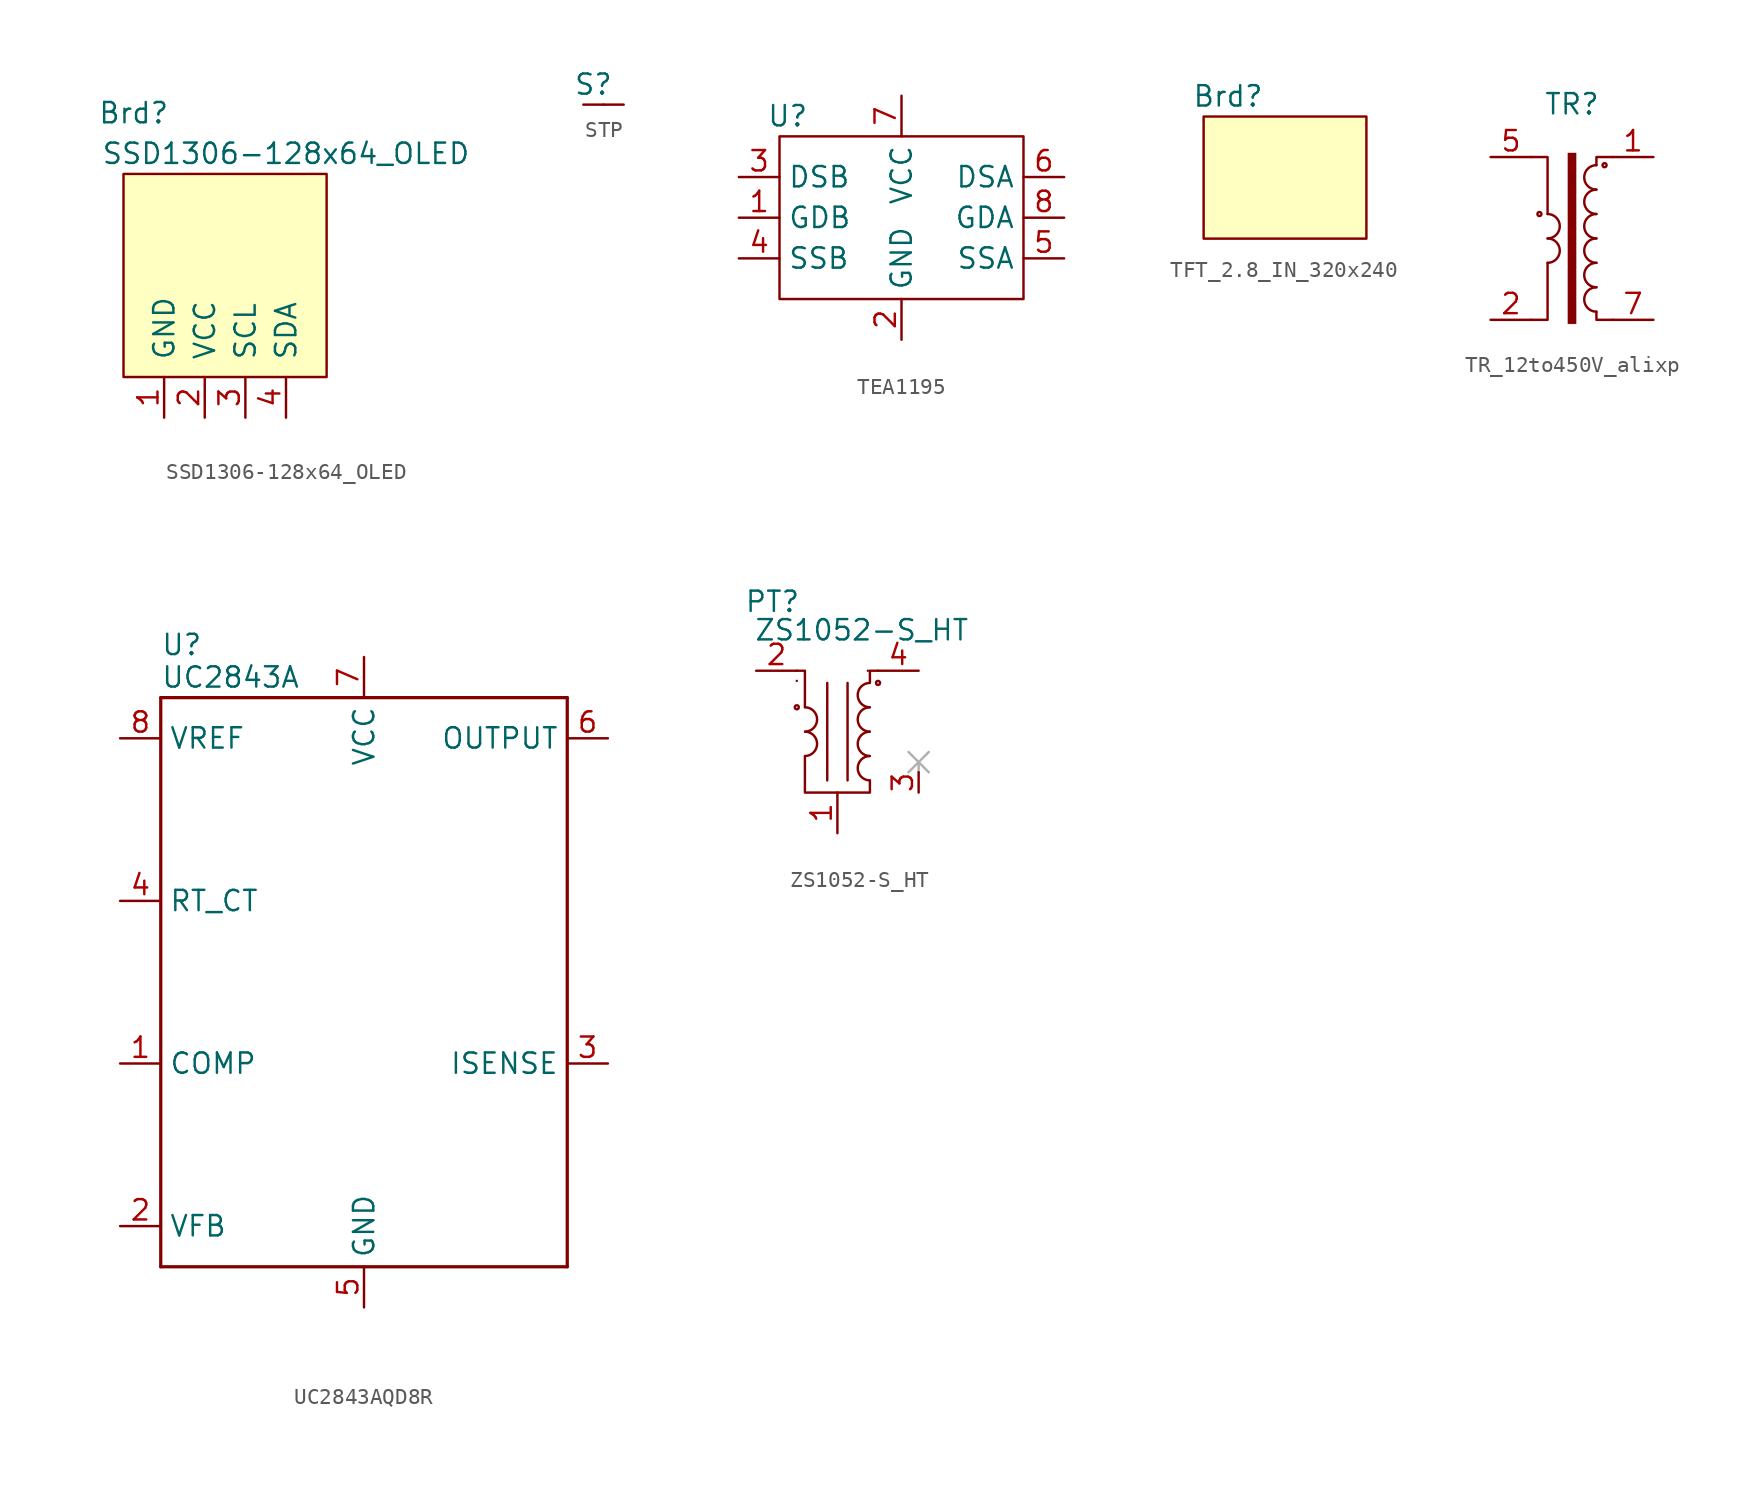
<source format=kicad_sym>
(kicad_symbol_lib
  (version 20241209)
  (generator "kicad_symbol_editor")
  (generator_version "9.0")
  (symbol "SSD1306-128x64_OLED"
    (pin_names
      (offset 1.016))
    (property "Reference" "Brd"
      (at -5.715 10.16 0)
      (effects (font (size 1.27 1.27))))
    (property "Value" "SSD1306-128x64_OLED"
      (at 3.81 7.62 0)
      (effects (font (size 1.27 1.27))))
    (symbol "SSD1306-128x64_OLED_0_1"
      (rectangle (start 6.35 -6.35) (end -6.35 6.35) (stroke (width 0) (type solid)) (fill (type background))))
    (symbol "SSD1306-128x64_OLED_1_1"
      (pin input line (at -3.81 -8.89 90) (length 2.54) (name "GND" (effects (font (size 1.27 1.27)))) (number "1" (effects (font (size 1.27 1.27)))))
      (pin input line (at -1.27 -8.89 90) (length 2.54) (name "VCC" (effects (font (size 1.27 1.27)))) (number "2" (effects (font (size 1.27 1.27)))))
      (pin input line (at 1.27 -8.89 90) (length 2.54) (name "SCL" (effects (font (size 1.27 1.27)))) (number "3" (effects (font (size 1.27 1.27)))))
      (pin input line (at 3.81 -8.89 90) (length 2.54) (name "SDA" (effects (font (size 1.27 1.27)))) (number "4" (effects (font (size 1.27 1.27)))))))
  (symbol "STP"
    (pin_numbers
      (hide yes))
    (pin_names
      (offset 0)
      (hide yes))
    (property "Reference" "S"
      (at -0.635 1.27 0)
      (effects (font (size 1.27 1.27))))
    (symbol "STP_1_1"
      (pin passive line (at -1.27 0 0) (length 1.27) (name "1" (effects (font (size 1.27 1.27)))) (number "1" (effects (font (size 1.27 1.27)))))
      (pin passive line (at 1.27 0 180) (length 1.27) (name "2" (effects (font (size 1.27 1.27)))) (number "2" (effects (font (size 1.27 1.27)))))))
  (symbol "TEA1195"
    (property "Reference" "U"
      (at -7.112 6.35 0)
      (effects (font (size 1.27 1.27))))
    (property "Value" ""
      (at -7.62 0 0)
      (effects (font (size 1.27 1.27))))
    (symbol "TEA1195_0_1"
      (rectangle (start -7.62 5.08) (end 7.62 -5.08) (stroke (width 0) (type default)) (fill (type none))))
    (symbol "TEA1195_1_1"
      (pin input line (at -10.16 2.54 0) (length 2.54) (name "DSB" (effects (font (size 1.27 1.27)))) (number "3" (effects (font (size 1.27 1.27)))))
      (pin input line (at -10.16 0 0) (length 2.54) (name "GDB" (effects (font (size 1.27 1.27)))) (number "1" (effects (font (size 1.27 1.27)))))
      (pin input line (at -10.16 -2.54 0) (length 2.54) (name "SSB" (effects (font (size 1.27 1.27)))) (number "4" (effects (font (size 1.27 1.27)))))
      (pin input line (at 0 7.62 270) (length 2.54) (name "VCC" (effects (font (size 1.27 1.27)))) (number "7" (effects (font (size 1.27 1.27)))))
      (pin input line (at 0 -7.62 90) (length 2.54) (name "GND" (effects (font (size 1.27 1.27)))) (number "2" (effects (font (size 1.27 1.27)))))
      (pin input line (at 10.16 2.54 180) (length 2.54) (name "DSA" (effects (font (size 1.27 1.27)))) (number "6" (effects (font (size 1.27 1.27)))))
      (pin input line (at 10.16 0 180) (length 2.54) (name "GDA" (effects (font (size 1.27 1.27)))) (number "8" (effects (font (size 1.27 1.27)))))
      (pin input line (at 10.16 -2.54 180) (length 2.54) (name "SSA" (effects (font (size 1.27 1.27)))) (number "5" (effects (font (size 1.27 1.27)))))))
  (symbol "TFT_2.8_IN_320x240"
    (property "Reference" "Brd"
      (at -3.556 5.08 0)
      (effects (font (size 1.27 1.27))))
    (property "Value" ""
      (at 0 0 0)
      (effects (font (size 1.27 1.27))))
    (symbol "TFT_2.8_IN_320x240_0_1"
      (rectangle (start -5.08 3.81) (end 5.08 -3.81) (stroke (width 0) (type solid)) (fill (type background)))))
  (symbol "TR_12to450V_alixp"
    (property "Reference" "TR"
      (at 0 8.382 0)
      (effects (font (size 1.27 1.27))))
    (property "Value" ""
      (at 0 0 0)
      (effects (font (size 1.27 1.27))))
    (symbol "TR_12to450V_alixp_0_1"
      (polyline (pts (xy -2.54 -5.08) (xy -1.524 -5.08) (xy -1.524 -1.524)) (stroke (width 0.152) (type default)) (fill (type none)))
      (circle (center -2.032 1.524) (radius 0.127) (stroke (width 0) (type default)) (fill (type none)))
      (polyline (pts (xy -1.524 1.524) (xy -1.524 5.08) (xy -2.54 5.08)) (stroke (width 0.152) (type default)) (fill (type none)))
      (rectangle (start 0.254 5.334) (end -0.254 -5.334) (stroke (width 0.025) (type default)) (fill (type outline)))
      (polyline (pts (xy 1.524 4.572) (xy 1.524 5.08) (xy 2.54 5.08)) (stroke (width 0) (type default)) (fill (type none)))
      (polyline (pts (xy 1.524 -4.572) (xy 1.524 -5.08) (xy 2.54 -5.08)) (stroke (width 0) (type default)) (fill (type none)))
      (circle (center 2.032 4.572) (radius 0.127) (stroke (width 0) (type default)) (fill (type none))))
    (symbol "TR_12to450V_alixp_1_1"
      (arc (start -1.524 1.524) (mid -0.7653 0.762) (end -1.524 0) (stroke (width 0.1524) (type solid)) (fill (type none)))
      (arc (start -1.524 0) (mid -0.7653 -0.762) (end -1.524 -1.524) (stroke (width 0.1524) (type solid)) (fill (type none)))
      (arc (start 1.524 3.048) (mid 0.7653 3.81) (end 1.524 4.572) (stroke (width 0.1524) (type solid)) (fill (type none)))
      (arc (start 1.524 1.524) (mid 0.7653 2.286) (end 1.524 3.048) (stroke (width 0.1524) (type solid)) (fill (type none)))
      (arc (start 1.524 0) (mid 0.7653 0.762) (end 1.524 1.524) (stroke (width 0.1524) (type solid)) (fill (type none)))
      (arc (start 1.524 -1.524) (mid 0.7653 -0.762) (end 1.524 0) (stroke (width 0.1524) (type solid)) (fill (type none)))
      (arc (start 1.524 -3.048) (mid 0.7653 -2.286) (end 1.524 -1.524) (stroke (width 0.1524) (type solid)) (fill (type none)))
      (arc (start 1.524 -4.572) (mid 0.7653 -3.81) (end 1.524 -3.048) (stroke (width 0.1524) (type solid)) (fill (type none)))
      (pin passive line (at -5.08 5.08 0) (length 2.54) (name "~" (effects (font (size 1.27 1.27)))) (number "5" (effects (font (size 1.27 1.27)))))
      (pin passive line (at -5.08 -5.08 0) (length 2.54) (name "~" (effects (font (size 1.27 1.27)))) (number "2" (effects (font (size 1.27 1.27)))))
      (pin passive line (at 5.08 5.08 180) (length 2.54) (name "~" (effects (font (size 1.27 1.27)))) (number "1" (effects (font (size 1.27 1.27)))))
      (pin passive line (at 5.08 -5.08 180) (length 2.54) (name "~" (effects (font (size 1.27 1.27)))) (number "7" (effects (font (size 1.27 1.27)))))))
  (symbol "UC2843AQD8R"
    (property "Reference" "U"
      (at -12.7 21.082 0)
      (effects (font (size 1.27 1.27)) (justify left)))
    (property "Value" "UC2843A"
      (at -12.7 19.05 0)
      (effects (font (size 1.27 1.27)) (justify left)))
    (symbol "UC2843AQD8R_0_1"
      (polyline (pts (xy -12.7 17.78) (xy -12.7 -17.78)) (stroke (width 0.203) (type default)) (fill (type none)))
      (polyline (pts (xy -12.7 -17.78) (xy 12.7 -17.78)) (stroke (width 0.203) (type default)) (fill (type none)))
      (polyline (pts (xy 12.7 17.78) (xy -12.7 17.78)) (stroke (width 0.203) (type default)) (fill (type none)))
      (polyline (pts (xy 12.7 -17.78) (xy 12.7 17.78)) (stroke (width 0.203) (type default)) (fill (type none))))
    (symbol "UC2843AQD8R_1_1"
      (pin power_out line (at -15.24 15.24 0) (length 2.54) (name "VREF" (effects (font (size 1.27 1.27)))) (number "8" (effects (font (size 1.27 1.27)))))
      (pin input line (at -15.24 5.08 0) (length 2.54) (name "RT_CT" (effects (font (size 1.27 1.27)))) (number "4" (effects (font (size 1.27 1.27)))))
      (pin output line (at -15.24 -5.08 0) (length 2.54) (name "COMP" (effects (font (size 1.27 1.27)))) (number "1" (effects (font (size 1.27 1.27)))))
      (pin input line (at -15.24 -15.24 0) (length 2.54) (name "VFB" (effects (font (size 1.27 1.27)))) (number "2" (effects (font (size 1.27 1.27)))))
      (pin passive line (at 0 20.32 270) (length 2.54) (name "VCC" (effects (font (size 1.27 1.27)))) (number "7" (effects (font (size 1.27 1.27)))))
      (pin passive line (at 0 -20.32 90) (length 2.54) (name "GND" (effects (font (size 1.27 1.27)))) (number "5" (effects (font (size 1.27 1.27)))))
      (pin output line (at 15.24 15.24 180) (length 2.54) (name "OUTPUT" (effects (font (size 1.27 1.27)))) (number "6" (effects (font (size 1.27 1.27)))))
      (pin input line (at 15.24 -5.08 180) (length 2.54) (name "ISENSE" (effects (font (size 1.27 1.27)))) (number "3" (effects (font (size 1.27 1.27)))))))
  (symbol "ZS1052-S_HT"
    (pin_names
      (offset 0.002)
      (hide yes))
    (property "Reference" "PT"
      (at -4.064 8.128 0)
      (effects (font (size 1.27 1.27))))
    (property "Value" "ZS1052-S_HT"
      (at 1.524 6.35 0)
      (effects (font (size 1.27 1.27))))
    (symbol "ZS1052-S_HT_0_1"
      (polyline (pts (xy -2.54 3.81) (xy -2.032 3.81) (xy -2.032 1.524)) (stroke (width 0) (type default)) (fill (type none)))
      (polyline (pts (xy -2.54 3.175) (xy -2.54 3.175)) (stroke (width 0) (type default)) (fill (type none)))
      (arc (start -2.0197 1.524) (mid -1.2699 0.762) (end -2.0197 0) (stroke (width 0) (type default)) (fill (type none)))
      (arc (start -2.0197 0) (mid -1.2699 -0.762) (end -2.0197 -1.524) (stroke (width 0) (type default)) (fill (type none)))
      (polyline (pts (xy -0.635 3.048) (xy -0.635 -3.048)) (stroke (width 0) (type default)) (fill (type none)))
      (polyline (pts (xy 0.635 3.048) (xy 0.635 -3.048)) (stroke (width 0) (type default)) (fill (type none)))
      (polyline (pts (xy 1.905 3.81) (xy 1.905 3.81)) (stroke (width 0) (type default)) (fill (type none)))
      (arc (start 2.0197 1.524) (mid 1.2699 2.286) (end 2.0197 3.048) (stroke (width 0) (type default)) (fill (type none)))
      (arc (start 2.0197 0) (mid 1.2699 0.762) (end 2.0197 1.524) (stroke (width 0) (type default)) (fill (type none)))
      (arc (start 2.0197 -1.524) (mid 1.2699 -0.762) (end 2.0197 0) (stroke (width 0) (type default)) (fill (type none)))
      (arc (start 2.0197 -3.048) (mid 1.2699 -2.286) (end 2.0197 -1.524) (stroke (width 0) (type default)) (fill (type none)))
      (polyline (pts (xy 2.032 -3.048) (xy 2.032 -3.81) (xy -2.032 -3.81) (xy -2.032 -1.524)) (stroke (width 0) (type default)) (fill (type none)))
      (polyline (pts (xy 2.54 3.81) (xy 2.032 3.81) (xy 2.032 3.048)) (stroke (width 0) (type default)) (fill (type none))))
    (symbol "ZS1052-S_HT_1_1"
      (circle (center -2.54 1.524) (radius 0.127) (stroke (width 0) (type default)) (fill (type none)))
      (circle (center 2.54 3.048) (radius 0.127) (stroke (width 0) (type default)) (fill (type none)))
      (polyline (pts (xy 4.445 -1.27) (xy 5.715 -2.54)) (stroke (width 0) (type default) (color 176 176 176 1)) (fill (type none)))
      (polyline (pts (xy 4.445 -2.54) (xy 5.715 -1.27)) (stroke (width 0) (type default) (color 176 176 176 1)) (fill (type none)))
      (polyline (pts (xy 5.08 -1.905) (xy 5.08 -2.54)) (stroke (width 0) (type default) (color 176 176 176 1)) (fill (type none)))
      (pin passive line (at -5.08 3.81 0) (length 2.54) (name "P" (effects (font (size 1.27 1.27)))) (number "2" (effects (font (size 1.27 1.27)))))
      (pin passive line (at 0 -6.35 90) (length 2.54) (name "C" (effects (font (size 1.27 1.27)))) (number "1" (effects (font (size 1.27 1.27)))))
      (pin passive line (at 5.08 3.81 180) (length 2.54) (name "S" (effects (font (size 1.27 1.27)))) (number "4" (effects (font (size 1.27 1.27)))))
      (pin passive line (at 5.08 -3.81 90) (length 1.27) (name "NC" (effects (font (size 1.27 1.27)))) (number "3" (effects (font (size 1.27 1.27))))))))
</source>
